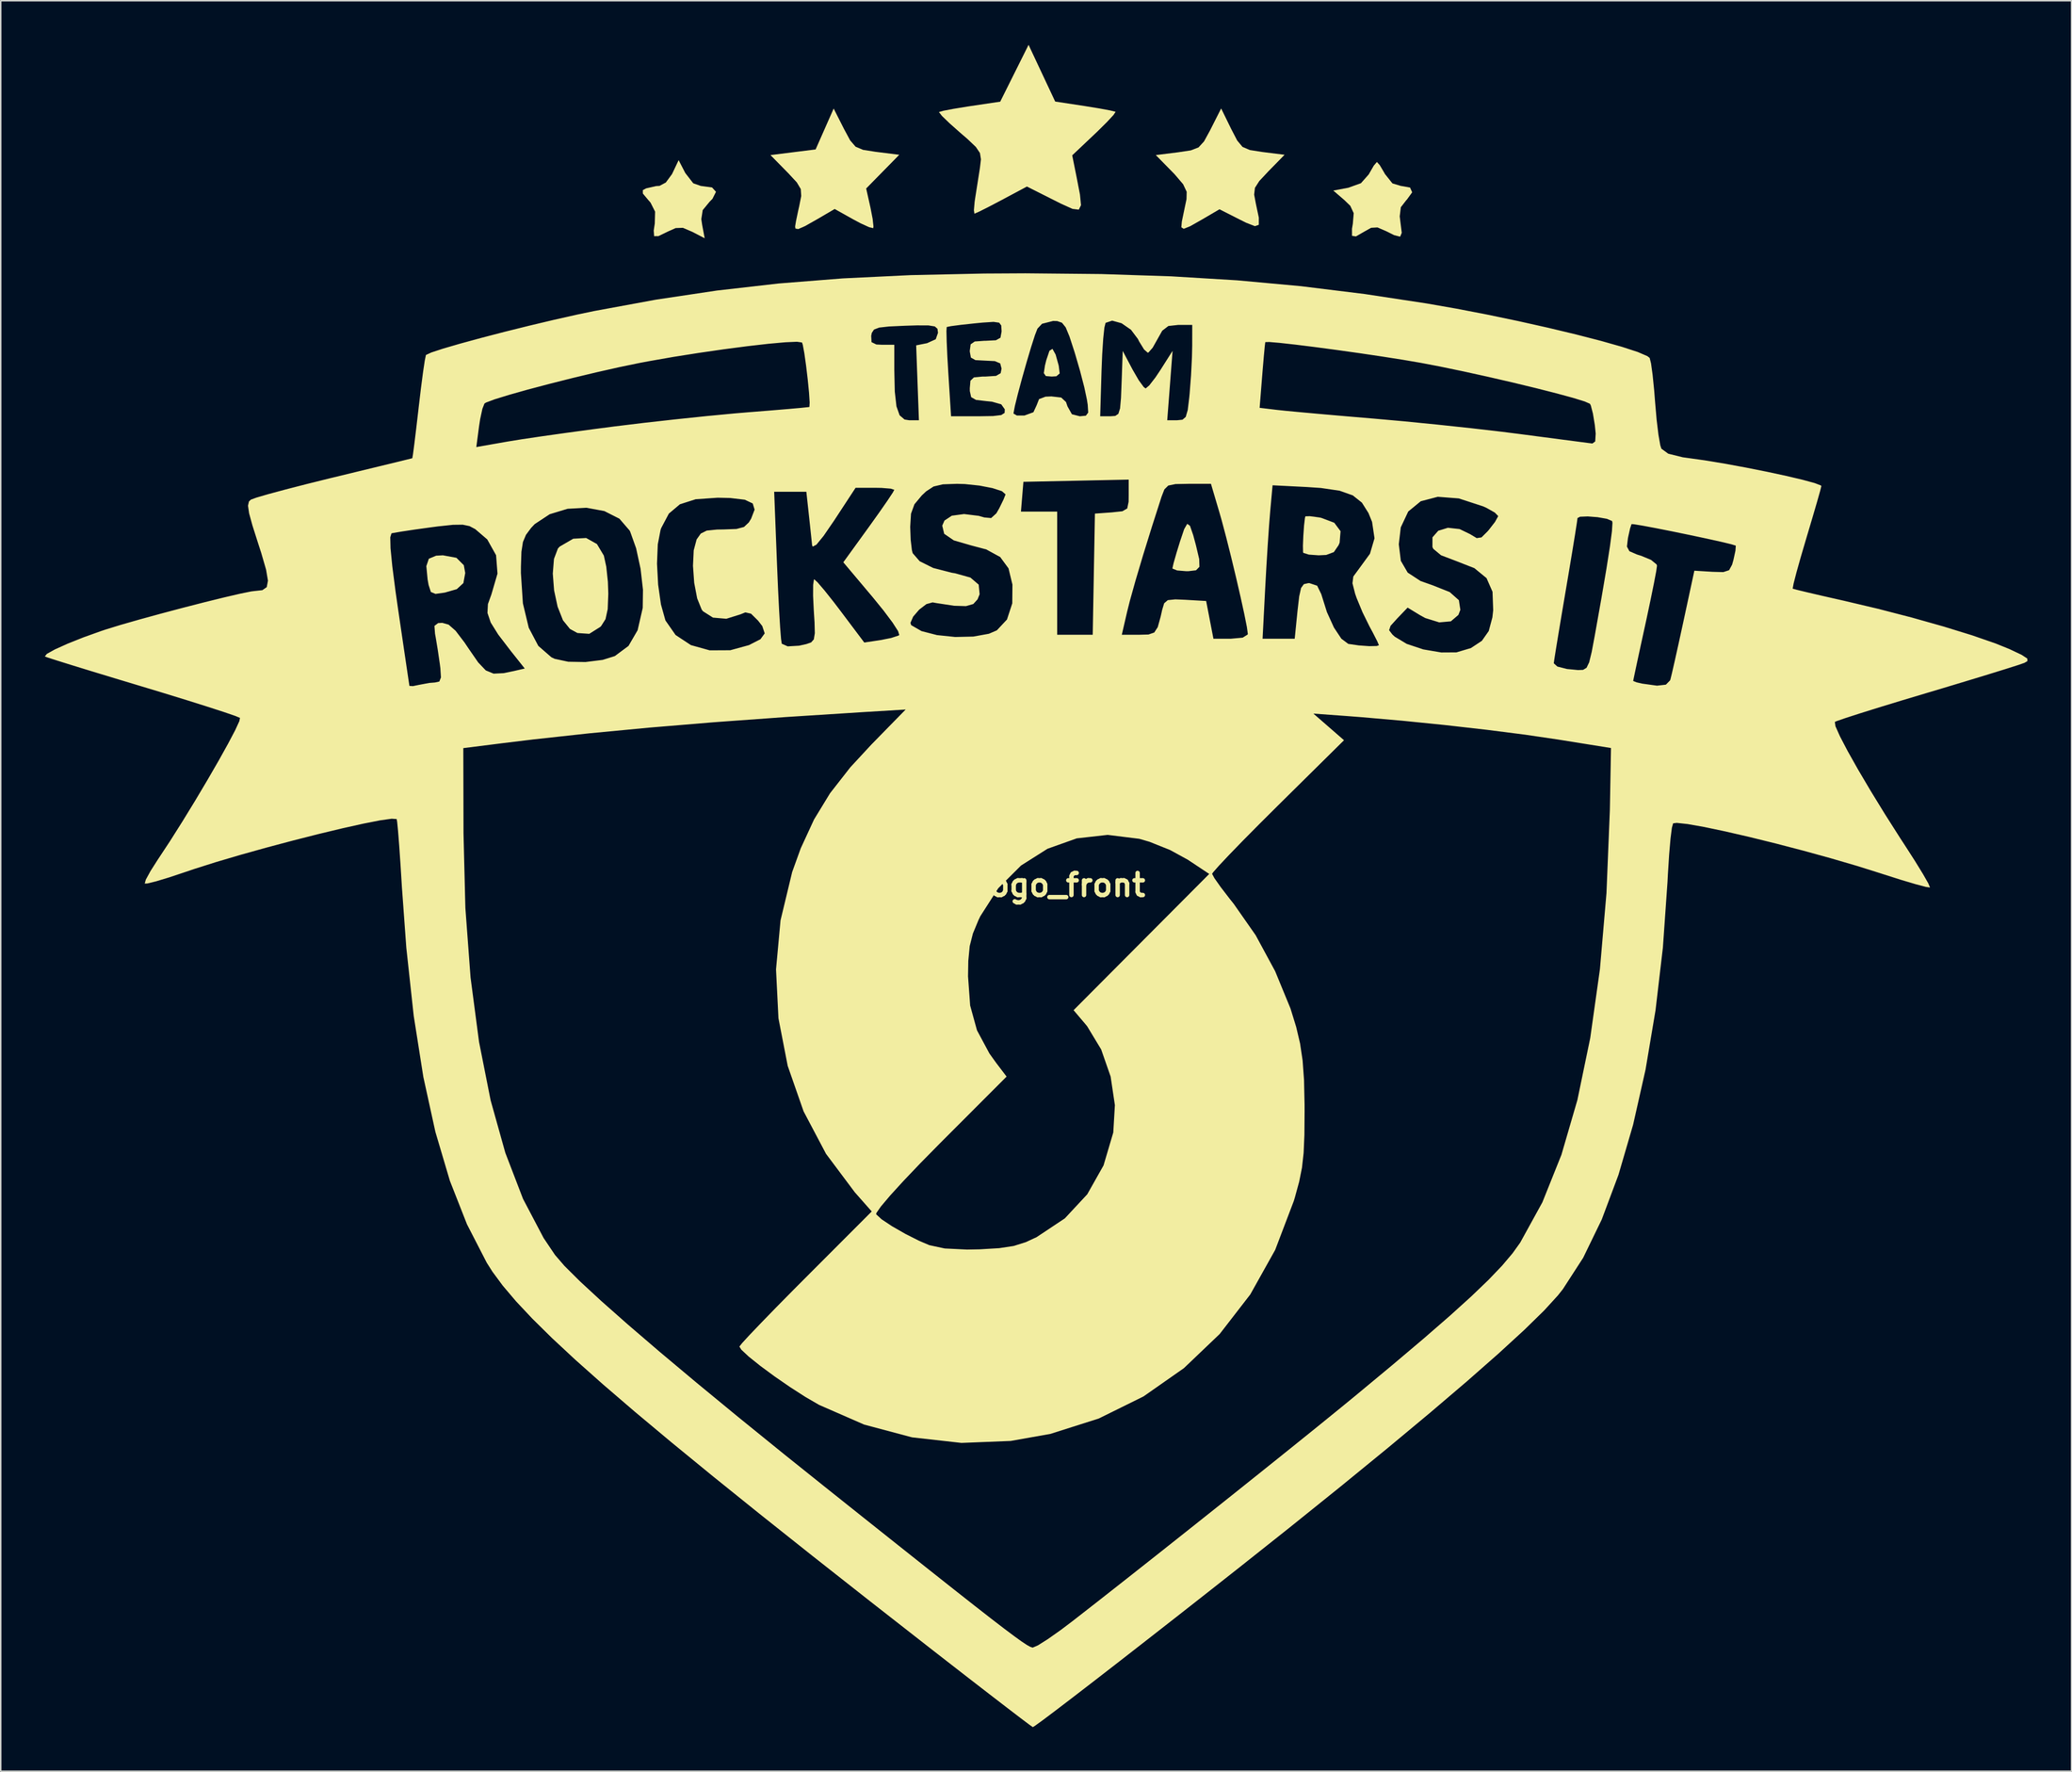
<source format=kicad_pcb>
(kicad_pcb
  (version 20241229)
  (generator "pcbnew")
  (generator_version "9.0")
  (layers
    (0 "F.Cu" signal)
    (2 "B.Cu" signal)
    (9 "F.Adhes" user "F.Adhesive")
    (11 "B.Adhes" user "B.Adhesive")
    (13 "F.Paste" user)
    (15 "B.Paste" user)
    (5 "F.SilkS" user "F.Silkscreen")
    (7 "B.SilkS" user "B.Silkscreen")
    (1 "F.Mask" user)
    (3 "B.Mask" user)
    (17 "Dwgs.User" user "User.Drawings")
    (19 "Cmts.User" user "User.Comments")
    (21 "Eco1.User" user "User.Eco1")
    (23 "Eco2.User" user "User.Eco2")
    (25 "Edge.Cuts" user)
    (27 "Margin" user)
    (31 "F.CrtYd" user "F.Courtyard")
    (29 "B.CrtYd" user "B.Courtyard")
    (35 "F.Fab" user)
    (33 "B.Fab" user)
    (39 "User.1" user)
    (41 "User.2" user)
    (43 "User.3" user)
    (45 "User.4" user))
  (footprint "rs_logo_front"
    (layer "F.Cu")
    (at 67.512 57.15)
    (property "Reference" "rs_logo_front" (at 0 0 0) (layer "F.SilkS") (effects (font (size 1.5 1.5) (thickness 0.3))))
    (attr board_only exclude_from_pos_files exclude_from_bom)
    (fp_poly (pts (xy 1.246 -36.081) (xy 1.455 -35.33) (xy 1.522 -34.798) (xy 1.295 -34.607) (xy 0.98 -34.587) (xy 0.58 -34.621) (xy 0.442 -34.82) (xy 0.519 -35.33) (xy 0.609 -35.698) (xy 0.825 -36.34) (xy 1.03 -36.471)) (stroke (width 0) (type solid)) (fill yes) (layer "F.SilkS"))
    (fp_poly (pts (xy -39.514 -22.258) (xy -39.012 -21.756) (xy -38.915 -21.225) (xy -39.042 -20.539) (xy -39.487 -20.128) (xy -40.304 -19.892) (xy -40.939 -19.803) (xy -41.252 -19.934) (xy -41.408 -20.412) (xy -41.475 -20.789) (xy -41.561 -21.693) (xy -41.39 -22.196) (xy -40.896 -22.402) (xy -40.435 -22.428)) (stroke (width 0) (type solid)) (fill yes) (layer "F.SilkS"))
    (fp_poly (pts (xy 10.384 -24.436) (xy 10.604 -23.8) (xy 10.792 -23.103) (xy 11.011 -22.173) (xy 11.027 -21.646) (xy 10.796 -21.409) (xy 10.277 -21.348) (xy 10.133 -21.347) (xy 9.509 -21.398) (xy 9.199 -21.523) (xy 9.191 -21.549) (xy 9.269 -21.896) (xy 9.469 -22.596) (xy 9.708 -23.373) (xy 9.99 -24.209) (xy 10.197 -24.568)) (stroke (width 0) (type solid)) (fill yes) (layer "F.SilkS"))
    (fp_poly (pts (xy 19.144 -25.009) (xy 19.3 -24.981) (xy 20.199 -24.642) (xy 20.627 -24.068) (xy 20.564 -23.289) (xy 20.494 -23.119) (xy 20.171 -22.646) (xy 19.653 -22.453) (xy 19.142 -22.428) (xy 18.473 -22.475) (xy 18.102 -22.591) (xy 18.078 -22.63) (xy 18.068 -23.078) (xy 18.095 -23.761) (xy 18.145 -24.462) (xy 18.204 -24.964) (xy 18.236 -25.08) (xy 18.528 -25.09)) (stroke (width 0) (type solid)) (fill yes) (layer "F.SilkS"))
    (fp_poly (pts (xy -29.956 -23.193) (xy -29.486 -22.407) (xy -29.322 -21.659) (xy -29.212 -20.631) (xy -29.183 -19.82) (xy -29.224 -18.767) (xy -29.372 -18.088) (xy -29.667 -17.622) (xy -29.723 -17.564) (xy -30.479 -17.087) (xy -31.284 -17.143) (xy -31.791 -17.42) (xy -32.267 -18.009) (xy -32.633 -18.938) (xy -32.871 -20.049) (xy -32.959 -21.183) (xy -32.879 -22.183) (xy -32.611 -22.891) (xy -32.493 -23.02) (xy -31.569 -23.556) (xy -30.691 -23.607)) (stroke (width 0) (type solid)) (fill yes) (layer "F.SilkS"))
    (fp_poly (pts (xy -23.947 -48.432) (xy -23.405 -47.733) (xy -22.894 -47.553) (xy -22.125 -47.449) (xy -21.858 -47.154) (xy -22.098 -46.676) (xy -22.293 -46.477) (xy -22.761 -45.909) (xy -22.856 -45.297) (xy -22.801 -44.916) (xy -22.628 -43.995) (xy -23.474 -44.432) (xy -24.109 -44.704) (xy -24.6 -44.687) (xy -25.116 -44.457) (xy -25.776 -44.138) (xy -26.066 -44.136) (xy -26.094 -44.516) (xy -26.021 -45.001) (xy -26 -45.805) (xy -26.311 -46.42) (xy -26.458 -46.588) (xy -26.832 -47.035) (xy -26.835 -47.267) (xy -26.609 -47.388) (xy -25.935 -47.542) (xy -25.697 -47.557) (xy -25.27 -47.786) (xy -24.853 -48.353) (xy -24.814 -48.432) (xy -24.399 -49.307)) (stroke (width 0) (type solid)) (fill yes) (layer "F.SilkS"))
    (fp_poly (pts (xy 23.295 -48.965) (xy 23.604 -48.444) (xy 23.644 -48.368) (xy 24.156 -47.725) (xy 24.715 -47.557) (xy 25.355 -47.443) (xy 25.499 -47.119) (xy 25.135 -46.617) (xy 25.099 -46.584) (xy 24.727 -46.104) (xy 24.652 -45.483) (xy 24.703 -45.062) (xy 24.79 -44.365) (xy 24.681 -44.101) (xy 24.274 -44.204) (xy 23.745 -44.468) (xy 23.137 -44.731) (xy 22.705 -44.705) (xy 22.281 -44.468) (xy 21.673 -44.118) (xy 21.407 -44.159) (xy 21.405 -44.641) (xy 21.464 -44.993) (xy 21.522 -45.699) (xy 21.289 -46.201) (xy 20.888 -46.589) (xy 20.134 -47.238) (xy 21.155 -47.43) (xy 22.014 -47.738) (xy 22.548 -48.342) (xy 22.579 -48.4) (xy 22.888 -48.934) (xy 23.095 -49.177) (xy 23.103 -49.179)) (stroke (width 0) (type solid)) (fill yes) (layer "F.SilkS"))
    (fp_poly (pts (xy -13.154 -51.436) (xy -12.733 -50.653) (xy -12.362 -50.221) (xy -11.851 -50.006) (xy -11.009 -49.874) (xy -10.922 -49.863) (xy -9.391 -49.672) (xy -10.517 -48.525) (xy -11.642 -47.379) (xy -11.351 -46.081) (xy -11.202 -45.312) (xy -11.146 -44.795) (xy -11.164 -44.68) (xy -11.435 -44.743) (xy -12.024 -45.013) (xy -12.526 -45.281) (xy -13.785 -45.985) (xy -14.98 -45.285) (xy -15.8 -44.822) (xy -16.26 -44.62) (xy -16.451 -44.651) (xy -16.476 -44.788) (xy -16.416 -45.154) (xy -16.272 -45.842) (xy -16.195 -46.184) (xy -16.059 -46.869) (xy -16.091 -47.342) (xy -16.359 -47.792) (xy -16.932 -48.41) (xy -17.035 -48.515) (xy -18.15 -49.651) (xy -16.616 -49.843) (xy -15.081 -50.035) (xy -14.467 -51.426) (xy -13.853 -52.817)) (stroke (width 0) (type solid)) (fill yes) (layer "F.SilkS"))
    (fp_poly (pts (xy 13.186 -51.432) (xy 13.596 -50.643) (xy 13.958 -50.208) (xy 14.457 -49.994) (xy 15.275 -49.865) (xy 15.343 -49.856) (xy 16.819 -49.672) (xy 15.718 -48.547) (xy 15.102 -47.89) (xy 14.803 -47.424) (xy 14.75 -46.963) (xy 14.867 -46.341) (xy 15.067 -45.396) (xy 15.066 -44.909) (xy 14.797 -44.817) (xy 14.193 -45.055) (xy 13.762 -45.27) (xy 12.391 -45.965) (xy 11.214 -45.275) (xy 10.4 -44.814) (xy 9.958 -44.636) (xy 9.797 -44.74) (xy 9.831 -45.126) (xy 9.858 -45.261) (xy 10.029 -46.081) (xy 10.149 -46.653) (xy 10.161 -47.155) (xy 9.918 -47.669) (xy 9.344 -48.342) (xy 9.18 -48.511) (xy 8.061 -49.651) (xy 9.575 -49.84) (xy 10.439 -49.97) (xy 10.964 -50.172) (xy 11.339 -50.58) (xy 11.748 -51.327) (xy 11.798 -51.426) (xy 12.505 -52.823)) (stroke (width 0) (type solid)) (fill yes) (layer "F.SilkS"))
    (fp_poly (pts (xy 0.31 -55.221) (xy 1.216 -53.292) (xy 3.226 -52.986) (xy 4.201 -52.828) (xy 4.941 -52.691) (xy 5.308 -52.601) (xy 5.323 -52.592) (xy 5.184 -52.381) (xy 4.736 -51.898) (xy 4.069 -51.238) (xy 3.892 -51.07) (xy 2.374 -49.634) (xy 2.673 -48.145) (xy 2.902 -46.959) (xy 2.971 -46.244) (xy 2.822 -45.941) (xy 2.395 -45.991) (xy 1.632 -46.335) (xy 1.132 -46.586) (xy -0.708 -47.512) (xy -2.435 -46.589) (xy -3.293 -46.139) (xy -3.947 -45.81) (xy -4.268 -45.668) (xy -4.278 -45.666) (xy -4.314 -45.901) (xy -4.262 -46.486) (xy -4.234 -46.679) (xy -4.079 -47.664) (xy -3.916 -48.702) (xy -3.903 -48.786) (xy -3.835 -49.363) (xy -3.902 -49.79) (xy -4.182 -50.206) (xy -4.753 -50.748) (xy -5.256 -51.182) (xy -5.976 -51.82) (xy -6.485 -52.313) (xy -6.687 -52.569) (xy -6.684 -52.582) (xy -6.389 -52.666) (xy -5.698 -52.798) (xy -4.748 -52.953) (xy -4.556 -52.982) (xy -2.524 -53.284) (xy -1.56 -55.217) (xy -0.595 -57.15)) (stroke (width 0) (type solid)) (fill yes) (layer "F.SilkS"))
    (fp_poly (pts (xy 4.347 -41.56) (xy 9.104 -41.404) (xy 13.59 -41.132) (xy 17.937 -40.734) (xy 22.274 -40.199) (xy 26.481 -39.56) (xy 28.503 -39.206) (xy 30.602 -38.801) (xy 32.707 -38.362) (xy 34.748 -37.905) (xy 36.653 -37.449) (xy 38.351 -37.011) (xy 39.771 -36.608) (xy 40.843 -36.258) (xy 41.496 -35.977) (xy 41.654 -35.854) (xy 41.747 -35.484) (xy 41.854 -34.705) (xy 41.961 -33.643) (xy 42.023 -32.857) (xy 42.127 -31.656) (xy 42.251 -30.627) (xy 42.377 -29.91) (xy 42.449 -29.683) (xy 42.919 -29.339) (xy 43.906 -29.095) (xy 44.242 -29.049) (xy 45.408 -28.886) (xy 46.758 -28.662) (xy 48.195 -28.398) (xy 49.624 -28.113) (xy 50.946 -27.828) (xy 52.063 -27.564) (xy 52.881 -27.341) (xy 53.3 -27.18) (xy 53.334 -27.138) (xy 53.248 -26.797) (xy 53.035 -26.045) (xy 52.726 -24.988) (xy 52.353 -23.734) (xy 52.299 -23.553) (xy 51.931 -22.302) (xy 51.637 -21.255) (xy 51.446 -20.512) (xy 51.382 -20.17) (xy 51.386 -20.159) (xy 51.668 -20.08) (xy 52.376 -19.909) (xy 53.407 -19.669) (xy 54.659 -19.385) (xy 54.853 -19.341) (xy 57.183 -18.791) (xy 59.486 -18.195) (xy 61.657 -17.582) (xy 63.59 -16.985) (xy 65.182 -16.433) (xy 66.137 -16.046) (xy 66.957 -15.657) (xy 67.341 -15.406) (xy 67.352 -15.233) (xy 67.148 -15.114) (xy 66.742 -14.972) (xy 65.898 -14.703) (xy 64.697 -14.331) (xy 63.218 -13.88) (xy 61.543 -13.375) (xy 60.528 -13.072) (xy 58.8 -12.554) (xy 57.246 -12.079) (xy 55.941 -11.671) (xy 54.96 -11.354) (xy 54.376 -11.151) (xy 54.249 -11.094) (xy 54.294 -10.797) (xy 54.599 -10.113) (xy 55.124 -9.109) (xy 55.833 -7.85) (xy 56.689 -6.402) (xy 57.653 -4.831) (xy 58.689 -3.202) (xy 59.007 -2.715) (xy 59.694 -1.646) (xy 60.245 -0.75) (xy 60.606 -0.117) (xy 60.723 0.163) (xy 60.721 0.167) (xy 60.44 0.127) (xy 59.747 -0.057) (xy 58.742 -0.356) (xy 57.526 -0.743) (xy 57.357 -0.798) (xy 55.738 -1.307) (xy 53.958 -1.827) (xy 52.093 -2.341) (xy 50.222 -2.829) (xy 48.423 -3.273) (xy 46.773 -3.653) (xy 45.351 -3.952) (xy 44.234 -4.149) (xy 43.5 -4.228) (xy 43.25 -4.198) (xy 43.166 -3.898) (xy 43.072 -3.157) (xy 42.979 -2.076) (xy 42.895 -0.754) (xy 42.867 -0.213) (xy 42.554 4.252) (xy 42.052 8.524) (xy 41.373 12.556) (xy 40.528 16.302) (xy 39.531 19.715) (xy 38.395 22.748) (xy 37.13 25.354) (xy 35.75 27.487) (xy 35.413 27.912) (xy 34.477 28.937) (xy 33.12 30.264) (xy 31.361 31.877) (xy 29.216 33.763) (xy 26.703 35.905) (xy 23.84 38.289) (xy 20.645 40.9) (xy 17.134 43.724) (xy 13.781 46.385) (xy 11.603 48.1) (xy 9.486 49.761) (xy 7.469 51.337) (xy 5.596 52.796) (xy 3.908 54.104) (xy 2.446 55.23) (xy 1.252 56.141) (xy 0.369 56.806) (xy -0.164 57.191) (xy -0.306 57.278) (xy -0.536 57.116) (xy -1.139 56.662) (xy -2.064 55.955) (xy -3.258 55.036) (xy -4.67 53.945) (xy -6.246 52.721) (xy -7.026 52.115) (xy -11.39 48.705) (xy -15.338 45.597) (xy -18.89 42.773) (xy -22.067 40.215) (xy -24.887 37.907) (xy -27.372 35.83) (xy -29.542 33.966) (xy -31.416 32.3) (xy -33.015 30.812) (xy -34.36 29.485) (xy -35.469 28.303) (xy -36.364 27.247) (xy -37.064 26.3) (xy -37.453 25.686) (xy -38.797 23.074) (xy -39.959 20.119) (xy -40.945 16.791) (xy -41.763 13.06) (xy -42.42 8.894) (xy -42.923 4.262) (xy -43.221 0.165) (xy -43.315 -1.345) (xy -43.405 -2.654) (xy -43.485 -3.674) (xy -43.548 -4.313) (xy -43.58 -4.489) (xy -43.921 -4.511) (xy -44.702 -4.401) (xy -45.845 -4.177) (xy -47.27 -3.859) (xy -48.899 -3.468) (xy -50.653 -3.022) (xy -52.454 -2.542) (xy -54.223 -2.048) (xy -55.881 -1.558) (xy -57.351 -1.092) (xy -57.924 -0.898) (xy -59.035 -0.527) (xy -59.945 -0.252) (xy -60.543 -0.106) (xy -60.717 -0.1) (xy -60.642 -0.369) (xy -60.321 -0.956) (xy -59.823 -1.738) (xy -59.779 -1.803) (xy -58.998 -2.987) (xy -58.155 -4.321) (xy -57.293 -5.728) (xy -56.459 -7.13) (xy -55.695 -8.451) (xy -55.215 -9.313) (xy -39.046 -9.313) (xy -39.033 -3.508) (xy -38.906 1.556) (xy -38.553 6.287) (xy -37.978 10.658) (xy -37.188 14.642) (xy -36.188 18.213) (xy -34.985 21.344) (xy -33.584 24.008) (xy -32.807 25.162) (xy -32.164 25.907) (xy -31.108 26.957) (xy -29.66 28.295) (xy -27.84 29.904) (xy -25.67 31.765) (xy -23.169 33.861) (xy -20.358 36.175) (xy -17.258 38.688) (xy -14.591 40.824) (xy -11.806 43.044) (xy -9.411 44.949) (xy -7.378 46.563) (xy -5.676 47.91) (xy -4.275 49.013) (xy -3.144 49.895) (xy -2.253 50.579) (xy -1.571 51.09) (xy -1.07 51.451) (xy -0.717 51.685) (xy -0.483 51.815) (xy -0.337 51.865) (xy -0.309 51.868) (xy 0.043 51.716) (xy 0.713 51.293) (xy 1.598 50.669) (xy 2.393 50.068) (xy 4.109 48.73) (xy 6.087 47.176) (xy 8.248 45.47) (xy 10.514 43.673) (xy 12.806 41.85) (xy 15.045 40.062) (xy 17.153 38.372) (xy 19.051 36.843) (xy 20.659 35.537) (xy 21.617 34.752) (xy 24.147 32.652) (xy 26.284 30.845) (xy 28.063 29.299) (xy 29.521 27.979) (xy 30.694 26.853) (xy 31.618 25.887) (xy 32.329 25.046) (xy 32.848 24.321) (xy 34.356 21.58) (xy 35.653 18.344) (xy 36.738 14.62) (xy 37.611 10.409) (xy 38.271 5.718) (xy 38.716 0.55) (xy 38.946 -5.091) (xy 38.955 -5.538) (xy 39.023 -9.32) (xy 35.386 -9.903) (xy 33.162 -10.23) (xy 30.557 -10.562) (xy 27.733 -10.883) (xy 24.849 -11.174) (xy 22.065 -11.418) (xy 21.077 -11.494) (xy 18.78 -11.662) (xy 19.821 -10.756) (xy 20.862 -9.85) (xy 16.375 -5.415) (xy 15.105 -4.151) (xy 13.974 -3.008) (xy 13.037 -2.042) (xy 12.347 -1.309) (xy 11.957 -0.865) (xy 11.889 -0.761) (xy 12.049 -0.464) (xy 12.474 0.138) (xy 13.087 0.937) (xy 13.363 1.283) (xy 14.854 3.415) (xy 16.178 5.862) (xy 17.222 8.398) (xy 17.609 9.652) (xy 17.874 10.779) (xy 18.046 11.933) (xy 18.143 13.272) (xy 18.179 14.955) (xy 18.18 15.402) (xy 18.168 17.001) (xy 18.115 18.222) (xy 18.003 19.227) (xy 17.812 20.18) (xy 17.522 21.241) (xy 17.45 21.482) (xy 16.179 24.82) (xy 14.486 27.848) (xy 12.405 30.538) (xy 9.972 32.86) (xy 7.219 34.786) (xy 4.181 36.286) (xy 0.893 37.332) (xy -1.813 37.812) (xy -5.162 37.945) (xy -8.517 37.568) (xy -11.78 36.699) (xy -14.841 35.361) (xy -15.773 34.821) (xy -16.816 34.15) (xy -17.872 33.422) (xy -18.843 32.706) (xy -19.629 32.077) (xy -20.133 31.605) (xy -20.266 31.392) (xy -20.083 31.159) (xy -19.57 30.6) (xy -18.778 29.772) (xy -17.763 28.727) (xy -16.576 27.523) (xy -15.765 26.709) (xy -11.456 22.394) (xy -10.964 22.394) (xy -10.59 22.738) (xy -9.874 23.213) (xy -8.969 23.732) (xy -8.027 24.206) (xy -7.338 24.498) (xy -6.296 24.72) (xy -4.778 24.794) (xy -3.918 24.778) (xy -2.593 24.699) (xy -1.614 24.551) (xy -0.786 24.292) (xy -0.044 23.947) (xy 1.873 22.672) (xy 3.397 21.035) (xy 4.505 19.069) (xy 5.167 16.833) (xy 5.277 14.972) (xy 4.987 13.028) (xy 4.343 11.181) (xy 3.392 9.609) (xy 3.264 9.452) (xy 2.467 8.512) (xy 7.08 3.878) (xy 11.694 -0.756) (xy 10.236 -1.723) (xy 9.03 -2.383) (xy 7.63 -2.943) (xy 6.938 -3.145) (xy 4.786 -3.412) (xy 2.681 -3.175) (xy 0.692 -2.467) (xy -1.11 -1.326) (xy -2.656 0.215) (xy -3.877 2.12) (xy -4.004 2.385) (xy -4.382 3.298) (xy -4.599 4.152) (xy -4.696 5.162) (xy -4.713 6.215) (xy -4.569 8.194) (xy -4.104 9.881) (xy -3.259 11.456) (xy -2.793 12.106) (xy -2.09 13.028) (xy -6.619 17.563) (xy -7.958 18.923) (xy -9.104 20.125) (xy -10.013 21.122) (xy -10.641 21.865) (xy -10.946 22.304) (xy -10.964 22.394) (xy -11.456 22.394) (xy -11.264 22.202) (xy -12.417 20.896) (xy -14.374 18.281) (xy -15.899 15.394) (xy -16.98 12.298) (xy -17.609 9.059) (xy -17.774 5.738) (xy -17.467 2.402) (xy -16.676 -0.885) (xy -16.096 -2.491) (xy -15.188 -4.459) (xy -14.098 -6.246) (xy -12.721 -8.007) (xy -11.301 -9.542) (xy -8.956 -11.939) (xy -11.841 -11.764) (xy -17.147 -11.425) (xy -21.978 -11.075) (xy -26.399 -10.708) (xy -30.477 -10.32) (xy -34.277 -9.905) (xy -36.344 -9.654) (xy -39.046 -9.313) (xy -55.215 -9.313) (xy -55.048 -9.613) (xy -54.561 -10.538) (xy -54.28 -11.151) (xy -54.237 -11.369) (xy -54.544 -11.498) (xy -55.297 -11.757) (xy -56.424 -12.123) (xy -57.851 -12.573) (xy -59.508 -13.083) (xy -60.933 -13.514) (xy -62.71 -14.05) (xy -64.309 -14.536) (xy -65.659 -14.951) (xy -66.689 -15.273) (xy -67.329 -15.479) (xy -67.512 -15.548) (xy -67.376 -15.723) (xy -66.827 -16.027) (xy -65.965 -16.416) (xy -64.888 -16.846) (xy -63.697 -17.273) (xy -63.365 -17.384) (xy -62.368 -17.691) (xy -61.094 -18.056) (xy -59.647 -18.453) (xy -58.132 -18.855) (xy -56.653 -19.235) (xy -55.315 -19.565) (xy -54.221 -19.819) (xy -53.477 -19.97) (xy -53.234 -20) (xy -52.715 -20.056) (xy -52.417 -20.264) (xy -52.335 -20.703) (xy -52.462 -21.453) (xy -52.793 -22.594) (xy -52.995 -23.218) (xy -53.133 -23.651) (xy -44.015 -23.651) (xy -43.997 -22.912) (xy -43.877 -21.687) (xy -43.654 -19.959) (xy -43.479 -18.738) (xy -43.245 -17.146) (xy -43.039 -15.747) (xy -42.873 -14.625) (xy -42.76 -13.864) (xy -42.713 -13.55) (xy -42.712 -13.547) (xy -42.476 -13.53) (xy -42.086 -13.611) (xy -41.366 -13.746) (xy -40.974 -13.777) (xy -40.678 -13.842) (xy -40.567 -14.121) (xy -40.606 -14.749) (xy -40.647 -15.064) (xy -40.786 -16.013) (xy -40.927 -16.863) (xy -40.969 -17.091) (xy -41.01 -17.626) (xy -40.761 -17.817) (xy -40.476 -17.834) (xy -40.047 -17.713) (xy -39.571 -17.296) (xy -38.968 -16.504) (xy -38.681 -16.078) (xy -38.033 -15.141) (xy -37.516 -14.599) (xy -36.986 -14.379) (xy -36.298 -14.412) (xy -35.605 -14.556) (xy -34.866 -14.727) (xy -35.15 -15.084) (xy 35.131 -15.084) (xy 35.376 -14.861) (xy 36.037 -14.694) (xy 36.782 -14.623) (xy 37.125 -14.636) (xy 37.361 -14.778) (xy 37.54 -15.152) (xy 37.712 -15.859) (xy 37.918 -16.956) (xy 38.369 -19.49) (xy 38.713 -21.51) (xy 38.95 -23.021) (xy 40.108 -23.021) (xy 40.275 -22.707) (xy 40.8 -22.48) (xy 41.081 -22.393) (xy 41.748 -22.116) (xy 42.123 -21.81) (xy 42.153 -21.718) (xy 42.098 -21.336) (xy 41.946 -20.534) (xy 41.719 -19.417) (xy 41.438 -18.092) (xy 41.343 -17.655) (xy 41.051 -16.317) (xy 40.806 -15.185) (xy 40.629 -14.354) (xy 40.539 -13.922) (xy 40.532 -13.882) (xy 40.759 -13.789) (xy 41.14 -13.701) (xy 42.154 -13.561) (xy 42.757 -13.63) (xy 43.044 -13.923) (xy 43.065 -13.984) (xy 43.171 -14.417) (xy 43.364 -15.262) (xy 43.618 -16.404) (xy 43.906 -17.724) (xy 43.948 -17.919) (xy 44.694 -21.381) (xy 45.909 -21.306) (xy 46.663 -21.286) (xy 47.056 -21.415) (xy 47.262 -21.793) (xy 47.356 -22.129) (xy 47.49 -22.746) (xy 47.513 -23.076) (xy 47.505 -23.088) (xy 47.199 -23.182) (xy 46.495 -23.351) (xy 45.511 -23.569) (xy 44.367 -23.812) (xy 43.183 -24.056) (xy 42.078 -24.275) (xy 41.171 -24.445) (xy 40.581 -24.542) (xy 40.42 -24.551) (xy 40.319 -24.246) (xy 40.184 -23.636) (xy 40.174 -23.584) (xy 40.108 -23.021) (xy 38.95 -23.021) (xy 38.952 -23.032) (xy 39.088 -24.07) (xy 39.123 -24.64) (xy 39.097 -24.763) (xy 38.737 -24.912) (xy 38.117 -25.021) (xy 37.444 -25.074) (xy 36.92 -25.053) (xy 36.746 -24.963) (xy 36.701 -24.631) (xy 36.58 -23.857) (xy 36.397 -22.73) (xy 36.166 -21.343) (xy 35.938 -19.996) (xy 35.678 -18.459) (xy 35.453 -17.111) (xy 35.277 -16.039) (xy 35.165 -15.332) (xy 35.131 -15.084) (xy -35.15 -15.084) (xy -35.833 -15.943) (xy -36.672 -17.04) (xy -37.182 -17.857) (xy -37.402 -18.508) (xy -37.372 -19.11) (xy -37.134 -19.77) (xy -36.721 -21.182) (xy -36.724 -21.225) (xy -35.128 -21.225) (xy -34.993 -19.162) (xy -34.595 -17.501) (xy -33.945 -16.268) (xy -33.055 -15.493) (xy -32.831 -15.387) (xy -31.909 -15.189) (xy -30.736 -15.169) (xy -29.567 -15.315) (xy -28.739 -15.574) (xy -27.81 -16.264) (xy -27.189 -17.332) (xy -26.846 -18.827) (xy -26.841 -18.873) (xy -26.824 -20.084) (xy -26.988 -21.511) (xy -27.064 -21.861) (xy -25.87 -21.861) (xy -25.794 -20.433) (xy -25.602 -19.087) (xy -25.304 -18.022) (xy -25.291 -17.989) (xy -24.607 -17.008) (xy -23.566 -16.321) (xy -22.287 -15.964) (xy -20.887 -15.971) (xy -19.615 -16.32) (xy -18.833 -16.72) (xy -18.544 -17.118) (xy -18.709 -17.615) (xy -18.996 -17.986) (xy -19.474 -18.458) (xy -19.861 -18.547) (xy -20.198 -18.411) (xy -21.155 -18.112) (xy -22.062 -18.19) (xy -22.745 -18.624) (xy -22.833 -18.743) (xy -23.138 -19.499) (xy -23.34 -20.558) (xy -23.423 -21.715) (xy -23.373 -22.766) (xy -23.175 -23.507) (xy -23.174 -23.509) (xy -22.892 -23.907) (xy -22.486 -24.11) (xy -21.787 -24.181) (xy -21.345 -24.187) (xy -20.467 -24.219) (xy -19.952 -24.356) (xy -19.623 -24.667) (xy -19.468 -24.92) (xy -19.231 -25.535) (xy -19.359 -25.955) (xy -19.899 -26.21) (xy -20.898 -26.328) (xy -21.747 -26.346) (xy -23.238 -26.243) (xy -24.313 -25.899) (xy -25.064 -25.265) (xy -25.582 -24.287) (xy -25.628 -24.158) (xy -25.818 -23.169) (xy -25.87 -21.861) (xy -27.064 -21.861) (xy -27.291 -22.908) (xy -27.693 -24.033) (xy -27.732 -24.112) (xy -28.428 -24.919) (xy -29.451 -25.437) (xy -30.669 -25.663) (xy -31.953 -25.593) (xy -33.17 -25.223) (xy -34.189 -24.551) (xy -34.435 -24.291) (xy -34.783 -23.822) (xy -34.99 -23.333) (xy -35.093 -22.668) (xy -35.126 -21.672) (xy -35.128 -21.225) (xy -36.724 -21.225) (xy -36.817 -22.435) (xy -37.417 -23.508) (xy -38.235 -24.209) (xy -38.625 -24.415) (xy -39.085 -24.511) (xy -39.751 -24.503) (xy -40.761 -24.396) (xy -41.271 -24.329) (xy -42.368 -24.177) (xy -43.269 -24.041) (xy -43.833 -23.944) (xy -43.933 -23.921) (xy -44.015 -23.651) (xy -53.133 -23.651) (xy -53.391 -24.461) (xy -53.618 -25.291) (xy -53.692 -25.802) (xy -53.629 -26.088) (xy -53.496 -26.215) (xy -53.12 -26.353) (xy -52.304 -26.591) (xy -51.709 -26.751) (xy -17.9 -26.751) (xy -17.702 -21.685) (xy -17.634 -20.08) (xy -17.563 -18.663) (xy -17.494 -17.522) (xy -17.432 -16.743) (xy -17.384 -16.416) (xy -17.383 -16.415) (xy -16.981 -16.235) (xy -16.207 -16.28) (xy -15.704 -16.392) (xy -15.384 -16.505) (xy -15.203 -16.71) (xy -15.135 -17.128) (xy -15.154 -17.879) (xy -15.206 -18.686) (xy -15.253 -19.676) (xy -15.249 -20.416) (xy -15.196 -20.779) (xy -15.174 -20.796) (xy -14.947 -20.589) (xy -14.477 -20.04) (xy -13.843 -19.242) (xy -13.384 -18.64) (xy -11.771 -16.496) (xy -10.682 -16.659) (xy -9.945 -16.804) (xy -9.453 -16.965) (xy -9.388 -17.005) (xy -9.471 -17.271) (xy -9.847 -17.855) (xy -10.457 -18.669) (xy -11.19 -19.571) (xy -13.196 -21.954) (xy -11.462 -24.35) (xy -11.453 -24.362) (xy -8.647 -24.362) (xy -8.614 -23.482) (xy -8.532 -22.783) (xy -8.479 -22.575) (xy -8.004 -22.027) (xy -7.085 -21.568) (xy -5.815 -21.241) (xy -5.596 -21.206) (xy -4.55 -20.914) (xy -3.988 -20.433) (xy -3.925 -19.782) (xy -4.067 -19.43) (xy -4.355 -19.115) (xy -4.854 -18.972) (xy -5.66 -18.996) (xy -6.871 -19.18) (xy -7.123 -19.226) (xy -7.545 -19.109) (xy -8.034 -18.735) (xy -8.445 -18.258) (xy -8.63 -17.834) (xy -8.581 -17.678) (xy -7.878 -17.273) (xy -6.824 -17.001) (xy -5.591 -16.873) (xy -4.356 -16.9) (xy -3.293 -17.092) (xy -2.754 -17.324) (xy -2.064 -18.061) (xy -1.704 -19.159) (xy -1.692 -20.436) (xy -1.959 -21.54) (xy -2.525 -22.311) (xy -3.472 -22.828) (xy -4.494 -23.099) (xy -5.677 -23.442) (xy -6.335 -23.892) (xy -6.467 -24.446) (xy -6.316 -24.792) (xy -5.815 -25.123) (xy -4.983 -25.235) (xy -3.987 -25.113) (xy -3.601 -25.003) (xy -3.141 -24.962) (xy -2.786 -25.284) (xy -2.72 -25.4) (xy -1.113 -25.4) (xy 0.119 -25.4) (xy 1.351 -25.4) (xy 1.351 -21.212) (xy 1.351 -17.023) (xy 2.56 -17.023) (xy 3.769 -17.023) (xy 5.747 -17.023) (xy 6.908 -17.023) (xy 7.562 -17.041) (xy 7.953 -17.175) (xy 8.192 -17.543) (xy 8.392 -18.267) (xy 8.495 -18.726) (xy 8.629 -19.166) (xy 8.876 -19.379) (xy 9.389 -19.431) (xy 10.074 -19.402) (xy 11.484 -19.32) (xy 11.732 -18.037) (xy 11.98 -16.753) (xy 13.151 -16.753) (xy 15.323 -16.753) (xy 16.416 -16.753) (xy 17.509 -16.753) (xy 17.699 -18.645) (xy 17.814 -19.636) (xy 17.941 -20.205) (xy 18.131 -20.466) (xy 18.432 -20.535) (xy 18.508 -20.536) (xy 19.035 -20.361) (xy 19.313 -19.793) (xy 19.699 -18.566) (xy 20.177 -17.515) (xy 20.682 -16.756) (xy 21.151 -16.404) (xy 21.171 -16.4) (xy 21.874 -16.299) (xy 22.58 -16.249) (xy 23.094 -16.26) (xy 23.238 -16.314) (xy 23.12 -16.588) (xy 22.819 -17.177) (xy 22.734 -17.335) (xy 23.929 -17.335) (xy 24.152 -17.042) (xy 24.313 -16.894) (xy 25.127 -16.404) (xy 26.256 -16.027) (xy 27.48 -15.819) (xy 28.507 -15.825) (xy 29.497 -16.12) (xy 30.24 -16.612) (xy 30.707 -17.276) (xy 30.956 -18.204) (xy 31.01 -18.695) (xy 30.965 -19.948) (xy 30.558 -20.876) (xy 29.731 -21.554) (xy 28.503 -22.035) (xy 27.463 -22.431) (xy 26.935 -22.87) (xy 26.877 -22.996) (xy 26.879 -23.649) (xy 27.272 -24.098) (xy 27.929 -24.301) (xy 28.725 -24.214) (xy 29.436 -23.869) (xy 29.889 -23.598) (xy 30.213 -23.645) (xy 30.627 -24.056) (xy 30.712 -24.154) (xy 31.132 -24.697) (xy 31.34 -25.072) (xy 31.345 -25.104) (xy 31.121 -25.335) (xy 30.561 -25.651) (xy 30.331 -25.756) (xy 28.67 -26.298) (xy 27.241 -26.409) (xy 26.083 -26.106) (xy 25.231 -25.407) (xy 24.723 -24.327) (xy 24.589 -23.177) (xy 24.728 -22.052) (xy 25.195 -21.251) (xy 26.069 -20.68) (xy 26.9 -20.386) (xy 28.052 -19.928) (xy 28.676 -19.375) (xy 28.776 -18.721) (xy 28.643 -18.374) (xy 28.131 -17.937) (xy 27.34 -17.866) (xy 26.388 -18.162) (xy 26.038 -18.354) (xy 25.189 -18.871) (xy 24.478 -18.129) (xy 24.03 -17.633) (xy 23.929 -17.335) (xy 22.734 -17.335) (xy 22.593 -17.597) (xy 22.122 -18.553) (xy 21.718 -19.529) (xy 21.619 -19.814) (xy 21.437 -20.528) (xy 21.496 -20.987) (xy 21.826 -21.435) (xy 22.628 -22.534) (xy 22.937 -23.585) (xy 22.771 -24.703) (xy 22.526 -25.304) (xy 22.079 -26.012) (xy 21.46 -26.504) (xy 20.566 -26.821) (xy 19.297 -27.008) (xy 18.337 -27.073) (xy 16.003 -27.191) (xy 15.841 -25.418) (xy 15.762 -24.429) (xy 15.67 -23.084) (xy 15.577 -21.568) (xy 15.501 -20.198) (xy 15.323 -16.753) (xy 13.151 -16.753) (xy 13.97 -16.827) (xy 14.311 -17.041) (xy 14.319 -17.091) (xy 14.254 -17.558) (xy 14.08 -18.431) (xy 13.826 -19.592) (xy 13.518 -20.926) (xy 13.184 -22.314) (xy 12.851 -23.639) (xy 12.547 -24.785) (xy 12.391 -25.332) (xy 11.811 -27.291) (xy 10.274 -27.291) (xy 9.399 -27.274) (xy 8.907 -27.173) (xy 8.644 -26.912) (xy 8.451 -26.417) (xy 8.45 -26.413) (xy 7.793 -24.367) (xy 7.193 -22.434) (xy 6.683 -20.72) (xy 6.295 -19.331) (xy 6.107 -18.582) (xy 5.747 -17.023) (xy 3.769 -17.023) (xy 3.843 -21.144) (xy 3.918 -25.265) (xy 5.066 -25.348) (xy 5.786 -25.424) (xy 6.117 -25.615) (xy 6.21 -26.073) (xy 6.215 -26.504) (xy 6.215 -27.577) (xy 2.635 -27.502) (xy -0.946 -27.427) (xy -1.03 -26.413) (xy -1.113 -25.4) (xy -2.72 -25.4) (xy -2.587 -25.631) (xy -2.301 -26.218) (xy -2.164 -26.561) (xy -2.162 -26.576) (xy -2.407 -26.79) (xy -3.048 -26.999) (xy -3.937 -27.171) (xy -4.931 -27.275) (xy -5.465 -27.291) (xy -6.426 -27.257) (xy -7.056 -27.109) (xy -7.562 -26.779) (xy -7.857 -26.502) (xy -8.359 -25.899) (xy -8.592 -25.259) (xy -8.647 -24.362) (xy -11.453 -24.362) (xy -10.761 -25.331) (xy -10.195 -26.144) (xy -9.831 -26.694) (xy -9.728 -26.884) (xy -9.97 -26.963) (xy -10.59 -27.013) (xy -11.045 -27.021) (xy -12.362 -27.021) (xy -13.814 -24.805) (xy -14.541 -23.745) (xy -15.025 -23.153) (xy -15.278 -23.018) (xy -15.32 -23.116) (xy -15.378 -23.671) (xy -15.47 -24.538) (xy -15.542 -25.197) (xy -15.711 -26.751) (xy -16.806 -26.751) (xy -17.9 -26.751) (xy -51.709 -26.751) (xy -51.136 -26.906) (xy -49.703 -27.275) (xy -48.091 -27.675) (xy -47.828 -27.738) (xy -46.225 -28.127) (xy -44.815 -28.469) (xy -43.675 -28.746) (xy -42.887 -28.938) (xy -42.529 -29.027) (xy -42.516 -29.031) (xy -42.471 -29.289) (xy -42.405 -29.791) (xy -38.161 -29.791) (xy -36.036 -30.164) (xy -35.067 -30.321) (xy -33.695 -30.525) (xy -32.055 -30.756) (xy -30.281 -30.996) (xy -28.778 -31.192) (xy -26.793 -31.433) (xy -24.635 -31.675) (xy -22.5 -31.898) (xy -20.584 -32.08) (xy -19.59 -32.163) (xy -18.178 -32.276) (xy -16.976 -32.376) (xy -16.077 -32.456) (xy -15.575 -32.508) (xy -15.503 -32.52) (xy -15.486 -32.824) (xy -15.53 -33.503) (xy -15.618 -34.395) (xy -15.731 -35.341) (xy -15.849 -36.18) (xy -15.955 -36.752) (xy -16.009 -36.906) (xy -16.352 -36.953) (xy -17.141 -36.919) (xy -18.289 -36.816) (xy -19.711 -36.653) (xy -21.32 -36.443) (xy -23.029 -36.196) (xy -24.752 -35.924) (xy -26.402 -35.635) (xy -27.052 -35.513) (xy -28.435 -35.227) (xy -29.979 -34.879) (xy -31.594 -34.492) (xy -33.187 -34.09) (xy -34.666 -33.699) (xy -35.938 -33.34) (xy -36.911 -33.04) (xy -37.494 -32.822) (xy -37.607 -32.753) (xy -37.748 -32.394) (xy -37.901 -31.686) (xy -37.979 -31.176) (xy -38.161 -29.791) (xy -42.405 -29.791) (xy -42.38 -29.984) (xy -42.254 -31.014) (xy -42.106 -32.278) (xy -42.081 -32.5) (xy -41.926 -33.803) (xy -41.783 -34.898) (xy -41.666 -35.68) (xy -41.59 -36.045) (xy -41.583 -36.057) (xy -41.223 -36.224) (xy -40.423 -36.487) (xy -39.273 -36.822) (xy -37.858 -37.208) (xy -37.287 -37.357) (xy -11.3 -37.357) (xy -11.279 -36.929) (xy -10.949 -36.767) (xy -10.557 -36.749) (xy -9.728 -36.749) (xy -9.728 -35.026) (xy -9.695 -33.561) (xy -9.582 -32.56) (xy -9.367 -31.952) (xy -9.031 -31.664) (xy -8.722 -31.615) (xy -8.054 -31.615) (xy -8.148 -34.162) (xy -8.241 -36.709) (xy -7.498 -36.857) (xy -6.91 -37.124) (xy -6.755 -37.564) (xy -6.77 -37.676) (xy -6.181 -37.676) (xy -6.165 -36.968) (xy -6.119 -35.944) (xy -6.058 -34.886) (xy -5.868 -31.885) (xy -3.995 -31.885) (xy -3.008 -31.901) (xy -2.453 -31.968) (xy -2.295 -32.07) (xy -1.621 -32.07) (xy -1.391 -31.937) (xy -0.878 -31.935) (xy -0.267 -32.159) (xy -0.049 -32.628) (xy 0.118 -33.053) (xy 0.561 -33.219) (xy 0.959 -33.236) (xy 1.625 -33.16) (xy 1.951 -32.855) (xy 2.051 -32.561) (xy 2.353 -32.023) (xy 2.89 -31.885) (xy 4.277 -31.885) (xy 4.965 -31.885) (xy 5.303 -31.909) (xy 5.512 -32.051) (xy 5.629 -32.422) (xy 5.692 -33.129) (xy 5.731 -34.106) (xy 5.81 -36.328) (xy 6.485 -35.052) (xy 6.897 -34.34) (xy 7.235 -33.877) (xy 7.369 -33.777) (xy 7.616 -33.986) (xy 8.036 -34.528) (xy 8.389 -35.056) (xy 9.2 -36.335) (xy 9.019 -33.975) (xy 8.837 -31.615) (xy 9.514 -31.615) (xy 9.876 -31.652) (xy 10.096 -31.843) (xy 10.231 -32.306) (xy 10.25 -32.46) (xy 15.122 -32.46) (xy 16.275 -32.321) (xy 16.902 -32.255) (xy 17.962 -32.155) (xy 19.35 -32.03) (xy 20.962 -31.89) (xy 22.693 -31.743) (xy 22.833 -31.732) (xy 24.911 -31.546) (xy 27.201 -31.319) (xy 29.501 -31.074) (xy 31.606 -30.831) (xy 32.831 -30.676) (xy 34.362 -30.475) (xy 35.717 -30.297) (xy 36.8 -30.156) (xy 37.516 -30.063) (xy 37.757 -30.032) (xy 37.95 -30.173) (xy 37.982 -30.71) (xy 37.925 -31.277) (xy 37.795 -32.067) (xy 37.653 -32.614) (xy 37.592 -32.735) (xy 37.242 -32.89) (xy 36.451 -33.135) (xy 35.308 -33.446) (xy 33.9 -33.804) (xy 32.316 -34.187) (xy 30.644 -34.573) (xy 28.972 -34.941) (xy 27.39 -35.27) (xy 26.076 -35.521) (xy 24.864 -35.728) (xy 23.444 -35.951) (xy 21.91 -36.179) (xy 20.354 -36.397) (xy 18.869 -36.595) (xy 17.549 -36.759) (xy 16.486 -36.877) (xy 15.774 -36.938) (xy 15.507 -36.929) (xy 15.473 -36.659) (xy 15.409 -35.979) (xy 15.327 -35.019) (xy 15.299 -34.672) (xy 15.122 -32.46) (xy 10.25 -32.46) (xy 10.335 -33.161) (xy 10.362 -33.439) (xy 10.456 -34.657) (xy 10.519 -35.911) (xy 10.536 -36.681) (xy 10.538 -38.1) (xy 9.588 -38.1) (xy 8.915 -38.026) (xy 8.496 -37.704) (xy 8.187 -37.154) (xy 7.846 -36.549) (xy 7.562 -36.226) (xy 7.512 -36.209) (xy 7.262 -36.429) (xy 6.925 -36.975) (xy 6.842 -37.143) (xy 6.372 -37.769) (xy 5.732 -38.213) (xy 5.092 -38.39) (xy 4.642 -38.239) (xy 4.561 -37.911) (xy 4.482 -37.158) (xy 4.413 -36.096) (xy 4.368 -34.971) (xy 4.277 -31.885) (xy 2.89 -31.885) (xy 3.302 -31.924) (xy 3.461 -32.137) (xy 3.428 -32.671) (xy 3.371 -33.034) (xy 3.195 -33.861) (xy 2.906 -34.975) (xy 2.564 -36.15) (xy 2.525 -36.276) (xy 2.187 -37.313) (xy 1.929 -37.935) (xy 1.676 -38.249) (xy 1.358 -38.359) (xy 1.079 -38.37) (xy 0.321 -38.177) (xy 0.009 -37.846) (xy -0.162 -37.403) (xy -0.422 -36.593) (xy -0.729 -35.562) (xy -1.043 -34.452) (xy -1.323 -33.409) (xy -1.529 -32.576) (xy -1.619 -32.097) (xy -1.621 -32.07) (xy -2.295 -32.07) (xy -2.224 -32.115) (xy -2.212 -32.358) (xy -2.454 -32.698) (xy -3.085 -32.878) (xy -3.448 -32.914) (xy -4.169 -32.998) (xy -4.5 -33.187) (xy -4.591 -33.596) (xy -4.594 -33.792) (xy -4.549 -34.302) (xy -4.314 -34.529) (xy -3.732 -34.586) (xy -3.513 -34.587) (xy -2.806 -34.633) (xy -2.493 -34.816) (xy -2.432 -35.128) (xy -2.523 -35.481) (xy -2.889 -35.637) (xy -3.513 -35.668) (xy -4.209 -35.705) (xy -4.519 -35.879) (xy -4.593 -36.285) (xy -4.594 -36.344) (xy -4.535 -36.779) (xy -4.256 -36.972) (xy -3.607 -37.019) (xy -3.513 -37.019) (xy -2.817 -37.056) (xy -2.507 -37.229) (xy -2.432 -37.637) (xy -2.432 -37.702) (xy -2.453 -38.061) (xy -2.594 -38.251) (xy -2.976 -38.306) (xy -3.717 -38.258) (xy -4.256 -38.206) (xy -5.183 -38.106) (xy -5.868 -38.017) (xy -6.163 -37.957) (xy -6.164 -37.957) (xy -6.181 -37.676) (xy -6.77 -37.676) (xy -6.791 -37.836) (xy -6.971 -37.996) (xy -7.402 -38.065) (xy -8.192 -38.068) (xy -8.985 -38.043) (xy -10.083 -37.994) (xy -10.753 -37.919) (xy -11.108 -37.785) (xy -11.259 -37.558) (xy -11.3 -37.357) (xy -37.287 -37.357) (xy -36.269 -37.622) (xy -34.591 -38.039) (xy -32.915 -38.438) (xy -31.326 -38.796) (xy -30.129 -39.046) (xy -25.936 -39.818) (xy -21.793 -40.438) (xy -17.594 -40.917) (xy -13.235 -41.263) (xy -8.61 -41.486) (xy -3.615 -41.594) (xy -0.811 -41.609)) (stroke (width 0) (type solid)) (fill yes) (layer "F.SilkS")))
  (gr_rect
    (start -3 -3)
    (end 137.864 117.428)
    (stroke (width 0.1) (type default))
    (fill no)
    (layer "Edge.Cuts")))
</source>
